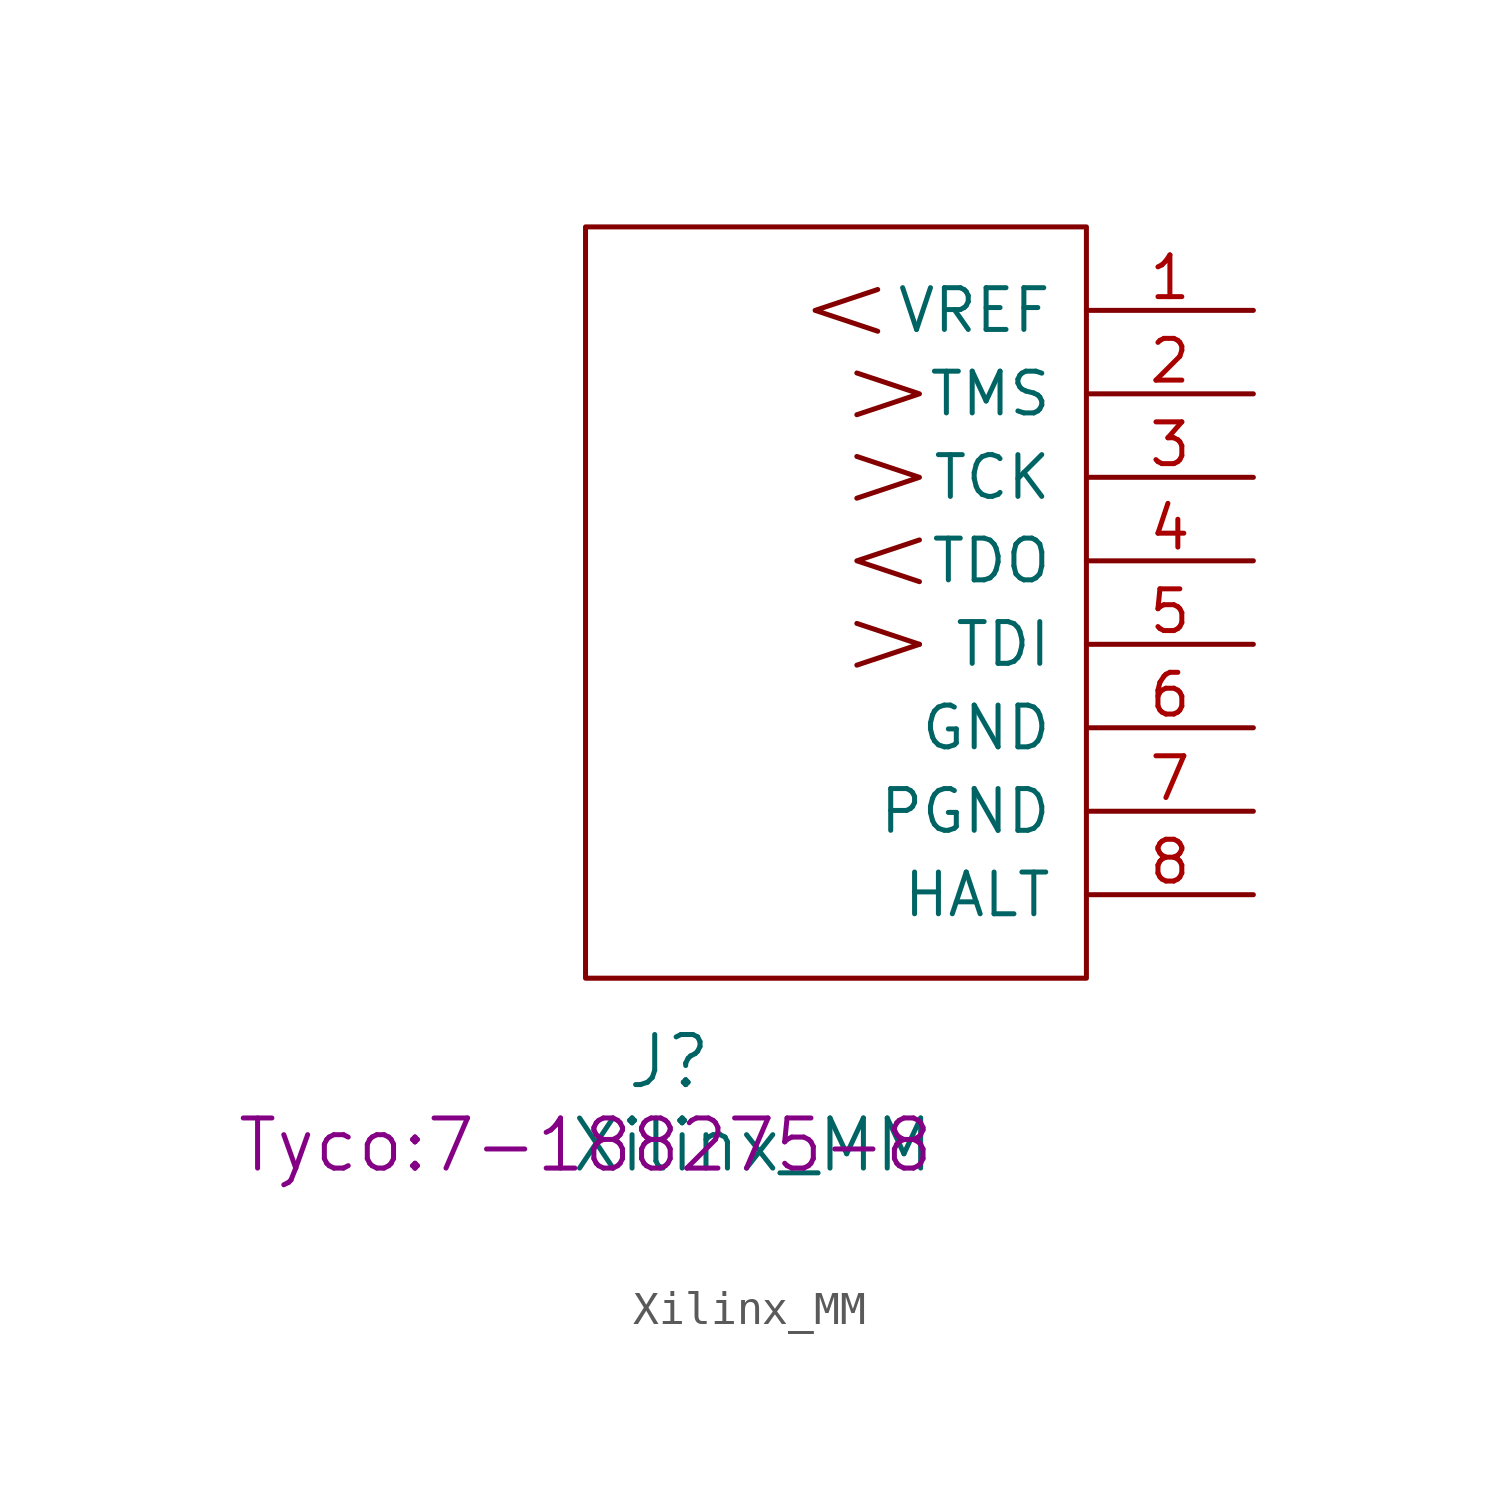
<source format=kicad_sym>
(kicad_symbol_lib
  (version 20220914)
  (generator kicad_symbol_editor)
  (symbol "Xilinx_MM"
    (pin_names
      (offset 1.016))
    (property "Reference" "J"
      (at 2.54 -2.54 0)
      (effects (font (size 1.524 1.524))))
    (property "Value" "Xilinx_MM"
      (at 5.08 -5.08 0)
      (effects (font (size 1.524 1.524))))
    (property "Footprint" "Tyco:7-188275-8"
      (at 0 -5.08 0)
      (effects (font (size 1.524 1.524))))
    (property "Datasheet" ""
      (at 2.54 -2.54 0)
      (effects (font (size 1.524 1.524))))
    (symbol "Xilinx_MM_0_1"
      (polyline (pts (xy 8.255 9.525) (xy 10.16 10.16)) (stroke (width 0) (type solid)) (fill (type none)))
      (polyline (pts (xy 10.16 10.16) (xy 8.255 10.795)) (stroke (width 0) (type solid)) (fill (type none)))
      (polyline (pts (xy 8.255 15.875) (xy 10.16 15.24) (xy 8.255 14.605)) (stroke (width 0) (type solid)) (fill (type none)))
      (polyline (pts (xy 8.255 18.415) (xy 10.16 17.78) (xy 8.255 17.145)) (stroke (width 0) (type solid)) (fill (type none)))
      (polyline (pts (xy 8.89 19.685) (xy 6.985 20.32) (xy 8.89 20.955)) (stroke (width 0) (type solid)) (fill (type none)))
      (polyline (pts (xy 10.16 13.335) (xy 8.255 12.7) (xy 10.16 12.065)) (stroke (width 0) (type solid)) (fill (type none))))
    (symbol "Xilinx_MM_1_1"
      (rectangle (start 0 0) (end 15.24 22.86) (stroke (width 0) (type solid)) (fill (type none)))
      (pin input line (at 20.32 20.32 180) (length 5.08) (name "VREF" (effects (font (size 1.27 1.27)))) (number "1" (effects (font (size 1.27 1.27)))))
      (pin output line (at 20.32 17.78 180) (length 5.08) (name "TMS" (effects (font (size 1.27 1.27)))) (number "2" (effects (font (size 1.27 1.27)))))
      (pin output line (at 20.32 15.24 180) (length 5.08) (name "TCK" (effects (font (size 1.27 1.27)))) (number "3" (effects (font (size 1.27 1.27)))))
      (pin input line (at 20.32 12.7 180) (length 5.08) (name "TDO" (effects (font (size 1.27 1.27)))) (number "4" (effects (font (size 1.27 1.27)))))
      (pin output line (at 20.32 10.16 180) (length 5.08) (name "TDI" (effects (font (size 1.27 1.27)))) (number "5" (effects (font (size 1.27 1.27)))))
      (pin power_in line (at 20.32 7.62 180) (length 5.08) (name "GND" (effects (font (size 1.27 1.27)))) (number "6" (effects (font (size 1.27 1.27)))))
      (pin passive line (at 20.32 5.08 180) (length 5.08) (name "PGND" (effects (font (size 1.27 1.27)))) (number "7" (effects (font (size 1.27 1.27)))))
      (pin passive line (at 20.32 2.54 180) (length 5.08) (name "HALT" (effects (font (size 1.27 1.27)))) (number "8" (effects (font (size 1.27 1.27))))))))
</source>
